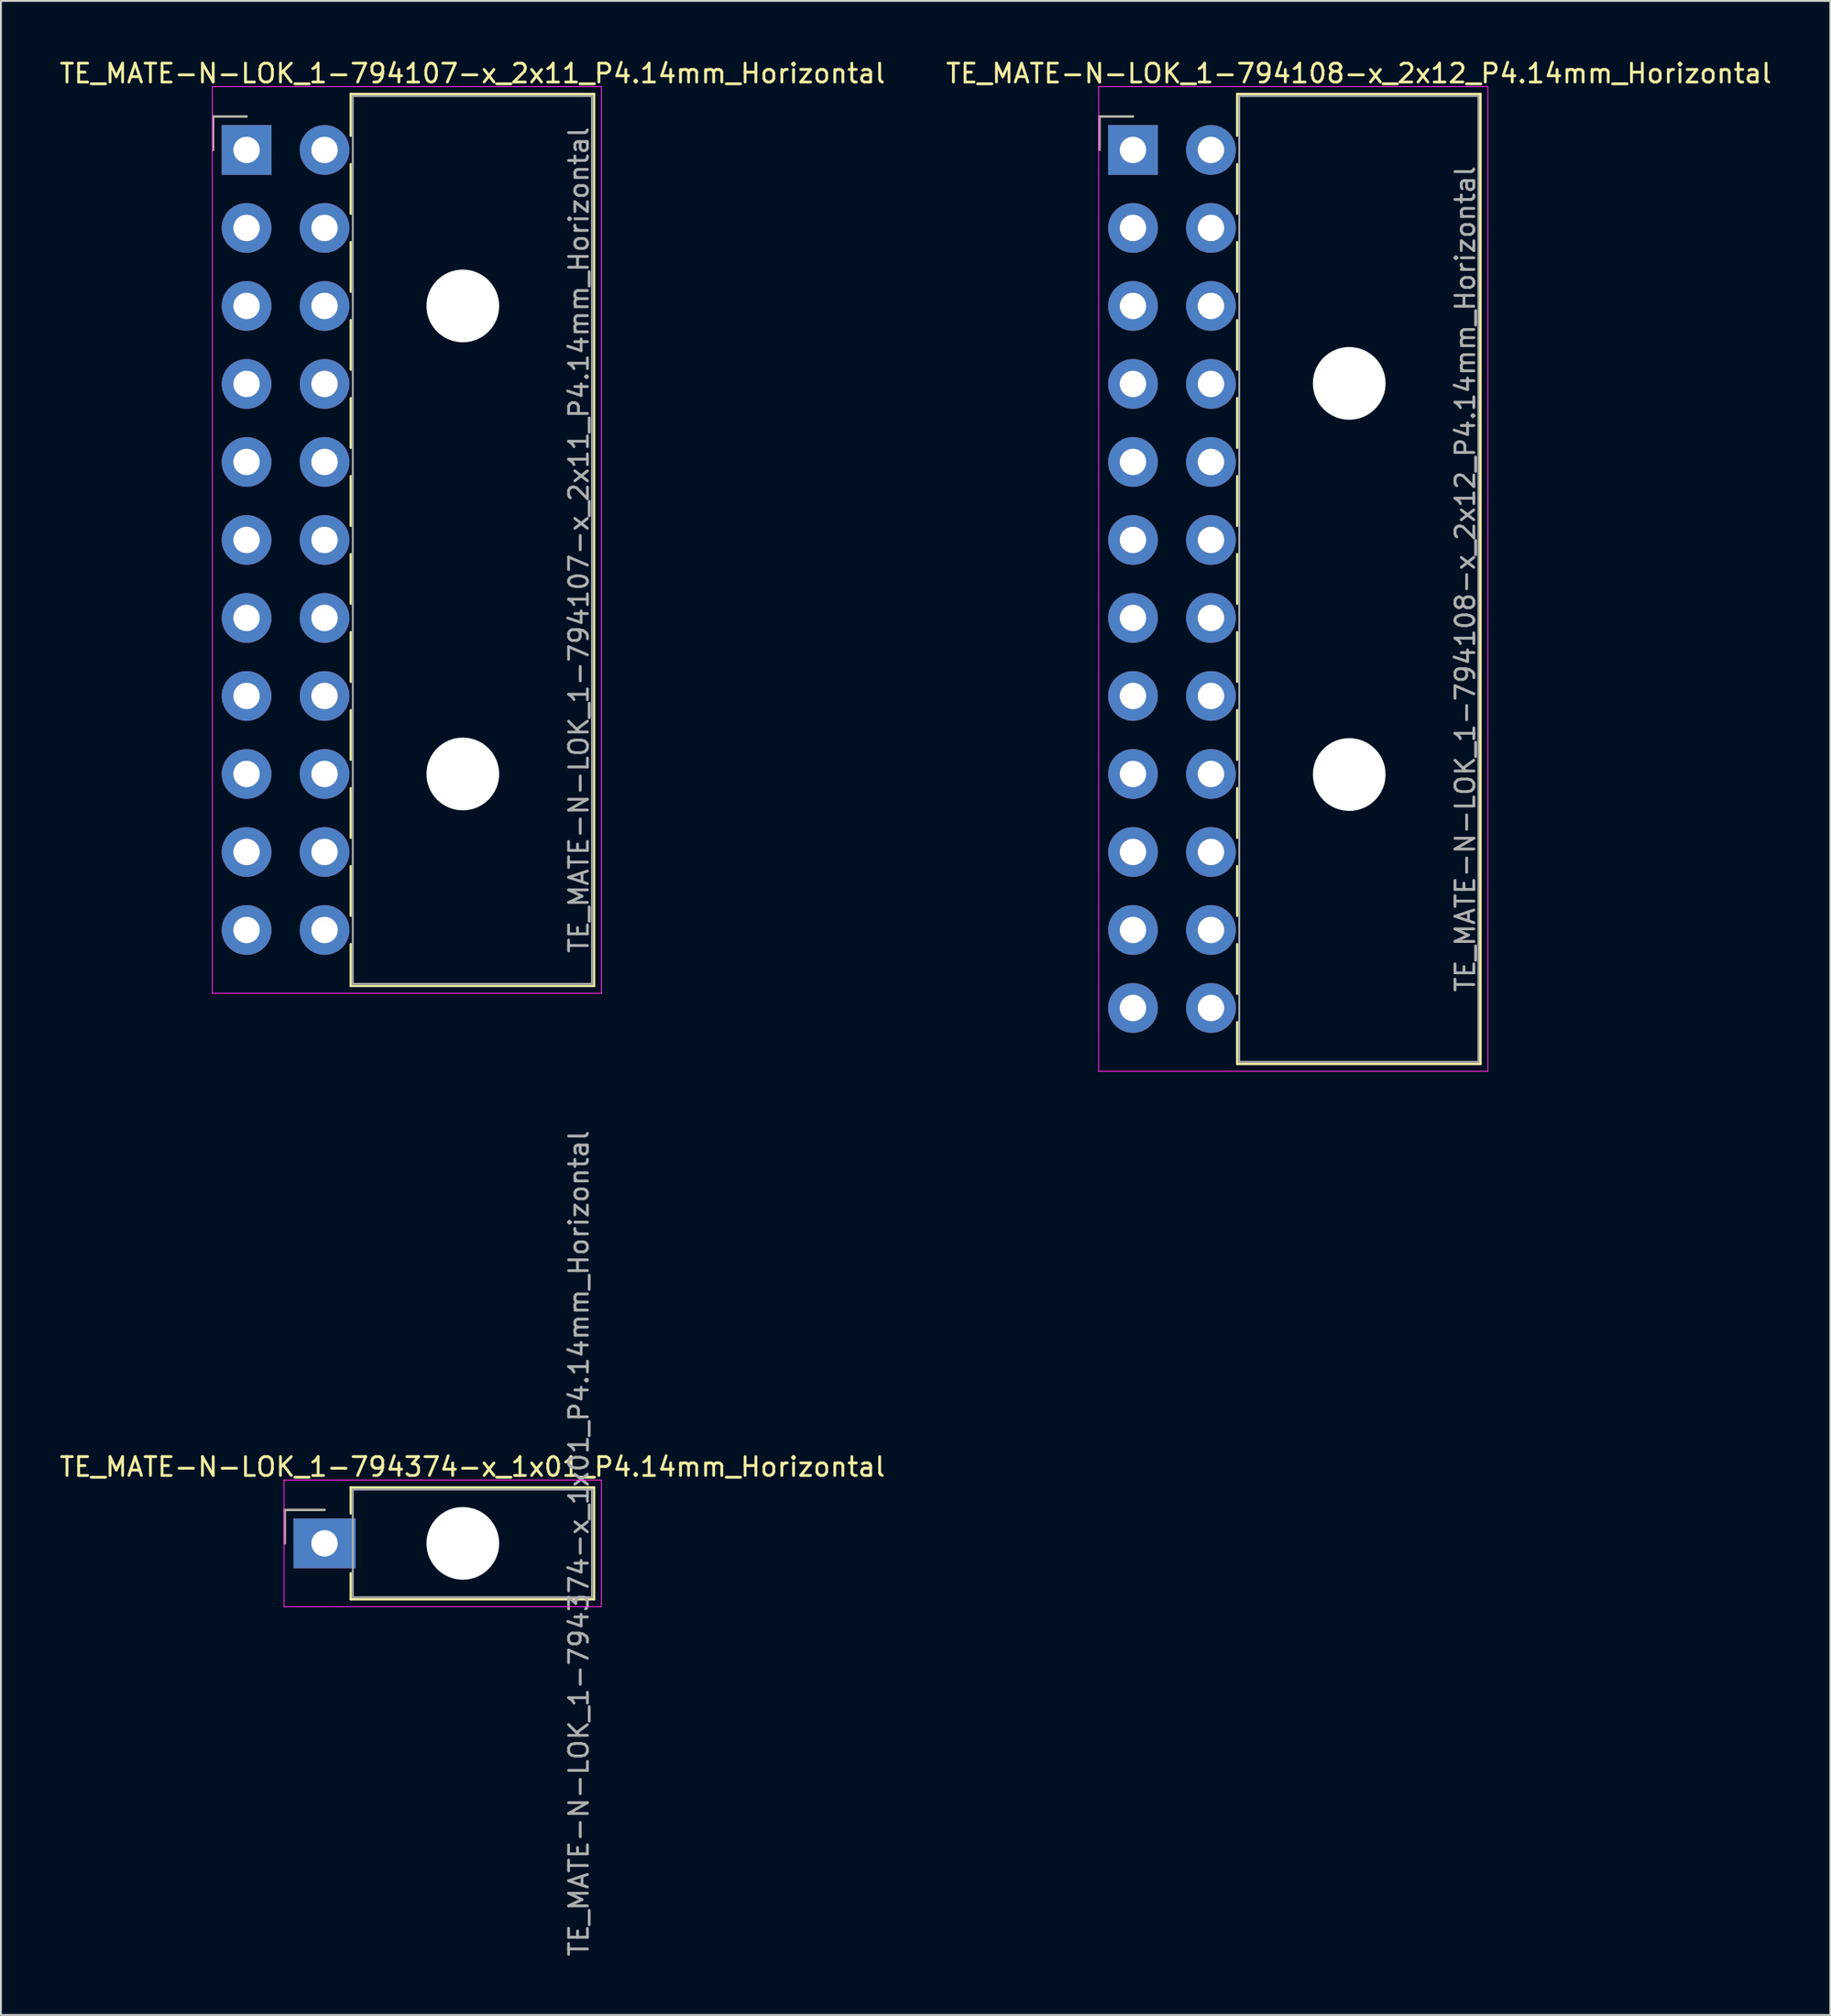
<source format=kicad_pcb>
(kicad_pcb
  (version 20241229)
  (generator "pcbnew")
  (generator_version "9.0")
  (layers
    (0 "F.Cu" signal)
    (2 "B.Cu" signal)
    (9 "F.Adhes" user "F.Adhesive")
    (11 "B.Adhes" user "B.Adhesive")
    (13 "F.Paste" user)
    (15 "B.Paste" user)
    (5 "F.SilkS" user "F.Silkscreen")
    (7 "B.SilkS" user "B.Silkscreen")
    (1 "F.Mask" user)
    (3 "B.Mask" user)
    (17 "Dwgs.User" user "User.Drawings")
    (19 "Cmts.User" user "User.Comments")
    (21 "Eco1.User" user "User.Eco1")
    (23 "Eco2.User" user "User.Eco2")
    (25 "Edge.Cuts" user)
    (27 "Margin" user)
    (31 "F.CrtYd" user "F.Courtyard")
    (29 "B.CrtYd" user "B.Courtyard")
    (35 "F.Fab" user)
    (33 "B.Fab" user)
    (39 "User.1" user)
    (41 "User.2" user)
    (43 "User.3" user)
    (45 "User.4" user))
  (footprint "TE_MATE-N-LOK_1-794108-x_2x12_P4.14mm_Horizontal"
    (layer "F.Cu")
    (at 57.099 4.908)
    (property "Reference" "TE_MATE-N-LOK_1-794108-x_2x12_P4.14mm_Horizontal" (at 11.99 -4.06 0) (layer "F.SilkS") (effects (font (size 1 1) (thickness 0.15))))
    (attr through_hole)
    (fp_line (start -1.78 -1.78) (end -1.78 0) (stroke (width 0.12) (type solid)) (layer "F.SilkS"))
    (fp_line (start 0 -1.78) (end -1.78 -1.78) (stroke (width 0.12) (type solid)) (layer "F.SilkS"))
    (fp_line (start 5.53 -2.97) (end 18.45 -2.97) (stroke (width 0.12) (type solid)) (layer "F.SilkS"))
    (fp_line (start 5.53 -0.751) (end 5.53 -2.97) (stroke (width 0.12) (type solid)) (layer "F.SilkS"))
    (fp_line (start 5.53 0.751) (end 5.53 3.389) (stroke (width 0.12) (type solid)) (layer "F.SilkS"))
    (fp_line (start 5.53 4.891) (end 5.53 7.529) (stroke (width 0.12) (type solid)) (layer "F.SilkS"))
    (fp_line (start 5.53 9.031) (end 5.53 11.669) (stroke (width 0.12) (type solid)) (layer "F.SilkS"))
    (fp_line (start 5.53 13.171) (end 5.53 15.809) (stroke (width 0.12) (type solid)) (layer "F.SilkS"))
    (fp_line (start 5.53 17.311) (end 5.53 19.949) (stroke (width 0.12) (type solid)) (layer "F.SilkS"))
    (fp_line (start 5.53 21.451) (end 5.53 24.089) (stroke (width 0.12) (type solid)) (layer "F.SilkS"))
    (fp_line (start 5.53 25.591) (end 5.53 28.229) (stroke (width 0.12) (type solid)) (layer "F.SilkS"))
    (fp_line (start 5.53 29.731) (end 5.53 32.369) (stroke (width 0.12) (type solid)) (layer "F.SilkS"))
    (fp_line (start 5.53 33.871) (end 5.53 36.509) (stroke (width 0.12) (type solid)) (layer "F.SilkS"))
    (fp_line (start 5.53 38.011) (end 5.53 40.649) (stroke (width 0.12) (type solid)) (layer "F.SilkS"))
    (fp_line (start 5.53 42.151) (end 5.53 44.789) (stroke (width 0.12) (type solid)) (layer "F.SilkS"))
    (fp_line (start 5.53 48.51) (end 5.53 46.291) (stroke (width 0.12) (type solid)) (layer "F.SilkS"))
    (fp_line (start 18.45 -2.97) (end 18.45 48.51) (stroke (width 0.12) (type solid)) (layer "F.SilkS"))
    (fp_line (start 18.45 48.51) (end 5.53 48.51) (stroke (width 0.12) (type solid)) (layer "F.SilkS"))
    (fp_line (start -1.82 -3.36) (end -1.82 48.9) (stroke (width 0.05) (type solid)) (layer "F.CrtYd"))
    (fp_line (start -1.82 48.9) (end 18.84 48.9) (stroke (width 0.05) (type solid)) (layer "F.CrtYd"))
    (fp_line (start 18.84 -3.36) (end -1.82 -3.36) (stroke (width 0.05) (type solid)) (layer "F.CrtYd"))
    (fp_line (start 18.84 48.9) (end 18.84 -3.36) (stroke (width 0.05) (type solid)) (layer "F.CrtYd"))
    (fp_line (start -1.78 -1.78) (end -1.78 0) (stroke (width 0.1) (type solid)) (layer "F.Fab"))
    (fp_line (start 0 -1.78) (end -1.78 -1.78) (stroke (width 0.1) (type solid)) (layer "F.Fab"))
    (fp_line (start 5.64 -2.86) (end 5.64 48.4) (stroke (width 0.1) (type solid)) (layer "F.Fab"))
    (fp_line (start 5.64 48.4) (end 18.34 48.4) (stroke (width 0.1) (type solid)) (layer "F.Fab"))
    (fp_line (start 18.34 -2.86) (end 5.64 -2.86) (stroke (width 0.1) (type solid)) (layer "F.Fab"))
    (fp_line (start 18.34 48.4) (end 18.34 -2.86) (stroke (width 0.1) (type solid)) (layer "F.Fab"))
    (fp_text user "${REFERENCE}" (at 17.64 22.77 90) (layer "F.Fab") (effects (font (size 1 1) (thickness 0.15))))
    (pad "" np_thru_hole circle (at 11.48 12.39) (size 3.86 3.86) (drill 3.86) (layers "*.Cu" "*.Mask"))
    (pad "" np_thru_hole circle (at 11.48 33.15) (size 3.86 3.86) (drill 3.86) (layers "*.Cu" "*.Mask"))
    (pad "1" thru_hole rect (at 0 0) (size 2.64 2.64) (drill 1.4) (layers "*.Cu" "*.Mask"))
    (pad "2" thru_hole circle (at 0 4.14) (size 2.64 2.64) (drill 1.4) (layers "*.Cu" "*.Mask"))
    (pad "3" thru_hole circle (at 0 8.28) (size 2.64 2.64) (drill 1.4) (layers "*.Cu" "*.Mask"))
    (pad "4" thru_hole circle (at 0 12.42) (size 2.64 2.64) (drill 1.4) (layers "*.Cu" "*.Mask"))
    (pad "5" thru_hole circle (at 0 16.56) (size 2.64 2.64) (drill 1.4) (layers "*.Cu" "*.Mask"))
    (pad "6" thru_hole circle (at 0 20.7) (size 2.64 2.64) (drill 1.4) (layers "*.Cu" "*.Mask"))
    (pad "7" thru_hole circle (at 0 24.84) (size 2.64 2.64) (drill 1.4) (layers "*.Cu" "*.Mask"))
    (pad "8" thru_hole circle (at 0 28.98) (size 2.64 2.64) (drill 1.4) (layers "*.Cu" "*.Mask"))
    (pad "9" thru_hole circle (at 0 33.12) (size 2.64 2.64) (drill 1.4) (layers "*.Cu" "*.Mask"))
    (pad "10" thru_hole circle (at 0 37.26) (size 2.64 2.64) (drill 1.4) (layers "*.Cu" "*.Mask"))
    (pad "11" thru_hole circle (at 0 41.4) (size 2.64 2.64) (drill 1.4) (layers "*.Cu" "*.Mask"))
    (pad "12" thru_hole circle (at 0 45.54) (size 2.64 2.64) (drill 1.4) (layers "*.Cu" "*.Mask"))
    (pad "13" thru_hole circle (at 4.14 0) (size 2.64 2.64) (drill 1.4) (layers "*.Cu" "*.Mask"))
    (pad "14" thru_hole circle (at 4.14 4.14) (size 2.64 2.64) (drill 1.4) (layers "*.Cu" "*.Mask"))
    (pad "15" thru_hole circle (at 4.14 8.28) (size 2.64 2.64) (drill 1.4) (layers "*.Cu" "*.Mask"))
    (pad "16" thru_hole circle (at 4.14 12.42) (size 2.64 2.64) (drill 1.4) (layers "*.Cu" "*.Mask"))
    (pad "17" thru_hole circle (at 4.14 16.56) (size 2.64 2.64) (drill 1.4) (layers "*.Cu" "*.Mask"))
    (pad "18" thru_hole circle (at 4.14 20.7) (size 2.64 2.64) (drill 1.4) (layers "*.Cu" "*.Mask"))
    (pad "19" thru_hole circle (at 4.14 24.84) (size 2.64 2.64) (drill 1.4) (layers "*.Cu" "*.Mask"))
    (pad "20" thru_hole circle (at 4.14 28.98) (size 2.64 2.64) (drill 1.4) (layers "*.Cu" "*.Mask"))
    (pad "21" thru_hole circle (at 4.14 33.12) (size 2.64 2.64) (drill 1.4) (layers "*.Cu" "*.Mask"))
    (pad "22" thru_hole circle (at 4.14 37.26) (size 2.64 2.64) (drill 1.4) (layers "*.Cu" "*.Mask"))
    (pad "23" thru_hole circle (at 4.14 41.4) (size 2.64 2.64) (drill 1.4) (layers "*.Cu" "*.Mask"))
    (pad "24" thru_hole circle (at 4.14 45.54) (size 2.64 2.64) (drill 1.4) (layers "*.Cu" "*.Mask")))
  (footprint "TE_MATE-N-LOK_1-794107-x_2x11_P4.14mm_Horizontal"
    (layer "F.Cu")
    (at 10.04 4.908)
    (property "Reference" "TE_MATE-N-LOK_1-794107-x_2x11_P4.14mm_Horizontal" (at 11.99 -4.06 0) (layer "F.SilkS") (effects (font (size 1 1) (thickness 0.15))))
    (attr through_hole)
    (fp_line (start -1.78 -1.78) (end -1.78 0) (stroke (width 0.12) (type solid)) (layer "F.SilkS"))
    (fp_line (start 0 -1.78) (end -1.78 -1.78) (stroke (width 0.12) (type solid)) (layer "F.SilkS"))
    (fp_line (start 5.53 -2.97) (end 18.45 -2.97) (stroke (width 0.12) (type solid)) (layer "F.SilkS"))
    (fp_line (start 5.53 -0.751) (end 5.53 -2.97) (stroke (width 0.12) (type solid)) (layer "F.SilkS"))
    (fp_line (start 5.53 0.751) (end 5.53 3.389) (stroke (width 0.12) (type solid)) (layer "F.SilkS"))
    (fp_line (start 5.53 4.891) (end 5.53 7.529) (stroke (width 0.12) (type solid)) (layer "F.SilkS"))
    (fp_line (start 5.53 9.031) (end 5.53 11.669) (stroke (width 0.12) (type solid)) (layer "F.SilkS"))
    (fp_line (start 5.53 13.171) (end 5.53 15.809) (stroke (width 0.12) (type solid)) (layer "F.SilkS"))
    (fp_line (start 5.53 17.311) (end 5.53 19.949) (stroke (width 0.12) (type solid)) (layer "F.SilkS"))
    (fp_line (start 5.53 21.451) (end 5.53 24.089) (stroke (width 0.12) (type solid)) (layer "F.SilkS"))
    (fp_line (start 5.53 25.591) (end 5.53 28.229) (stroke (width 0.12) (type solid)) (layer "F.SilkS"))
    (fp_line (start 5.53 29.731) (end 5.53 32.369) (stroke (width 0.12) (type solid)) (layer "F.SilkS"))
    (fp_line (start 5.53 33.871) (end 5.53 36.509) (stroke (width 0.12) (type solid)) (layer "F.SilkS"))
    (fp_line (start 5.53 38.011) (end 5.53 40.649) (stroke (width 0.12) (type solid)) (layer "F.SilkS"))
    (fp_line (start 5.53 44.37) (end 5.53 42.151) (stroke (width 0.12) (type solid)) (layer "F.SilkS"))
    (fp_line (start 18.45 -2.97) (end 18.45 44.37) (stroke (width 0.12) (type solid)) (layer "F.SilkS"))
    (fp_line (start 18.45 44.37) (end 5.53 44.37) (stroke (width 0.12) (type solid)) (layer "F.SilkS"))
    (fp_line (start -1.82 -3.36) (end -1.82 44.76) (stroke (width 0.05) (type solid)) (layer "F.CrtYd"))
    (fp_line (start -1.82 44.76) (end 18.84 44.76) (stroke (width 0.05) (type solid)) (layer "F.CrtYd"))
    (fp_line (start 18.84 -3.36) (end -1.82 -3.36) (stroke (width 0.05) (type solid)) (layer "F.CrtYd"))
    (fp_line (start 18.84 44.76) (end 18.84 -3.36) (stroke (width 0.05) (type solid)) (layer "F.CrtYd"))
    (fp_line (start -1.78 -1.78) (end -1.78 0) (stroke (width 0.1) (type solid)) (layer "F.Fab"))
    (fp_line (start 0 -1.78) (end -1.78 -1.78) (stroke (width 0.1) (type solid)) (layer "F.Fab"))
    (fp_line (start 5.64 -2.86) (end 5.64 44.26) (stroke (width 0.1) (type solid)) (layer "F.Fab"))
    (fp_line (start 5.64 44.26) (end 18.34 44.26) (stroke (width 0.1) (type solid)) (layer "F.Fab"))
    (fp_line (start 18.34 -2.86) (end 5.64 -2.86) (stroke (width 0.1) (type solid)) (layer "F.Fab"))
    (fp_line (start 18.34 44.26) (end 18.34 -2.86) (stroke (width 0.1) (type solid)) (layer "F.Fab"))
    (fp_text user "${REFERENCE}" (at 17.64 20.7 90) (layer "F.Fab") (effects (font (size 1 1) (thickness 0.15))))
    (pad "" np_thru_hole circle (at 11.48 8.28) (size 3.86 3.86) (drill 3.86) (layers "*.Cu" "*.Mask"))
    (pad "" np_thru_hole circle (at 11.48 33.12) (size 3.86 3.86) (drill 3.86) (layers "*.Cu" "*.Mask"))
    (pad "1" thru_hole rect (at 0 0) (size 2.64 2.64) (drill 1.4) (layers "*.Cu" "*.Mask"))
    (pad "2" thru_hole circle (at 0 4.14) (size 2.64 2.64) (drill 1.4) (layers "*.Cu" "*.Mask"))
    (pad "3" thru_hole circle (at 0 8.28) (size 2.64 2.64) (drill 1.4) (layers "*.Cu" "*.Mask"))
    (pad "4" thru_hole circle (at 0 12.42) (size 2.64 2.64) (drill 1.4) (layers "*.Cu" "*.Mask"))
    (pad "5" thru_hole circle (at 0 16.56) (size 2.64 2.64) (drill 1.4) (layers "*.Cu" "*.Mask"))
    (pad "6" thru_hole circle (at 0 20.7) (size 2.64 2.64) (drill 1.4) (layers "*.Cu" "*.Mask"))
    (pad "7" thru_hole circle (at 0 24.84) (size 2.64 2.64) (drill 1.4) (layers "*.Cu" "*.Mask"))
    (pad "8" thru_hole circle (at 0 28.98) (size 2.64 2.64) (drill 1.4) (layers "*.Cu" "*.Mask"))
    (pad "9" thru_hole circle (at 0 33.12) (size 2.64 2.64) (drill 1.4) (layers "*.Cu" "*.Mask"))
    (pad "10" thru_hole circle (at 0 37.26) (size 2.64 2.64) (drill 1.4) (layers "*.Cu" "*.Mask"))
    (pad "11" thru_hole circle (at 0 41.4) (size 2.64 2.64) (drill 1.4) (layers "*.Cu" "*.Mask"))
    (pad "12" thru_hole circle (at 4.14 0) (size 2.64 2.64) (drill 1.4) (layers "*.Cu" "*.Mask"))
    (pad "13" thru_hole circle (at 4.14 4.14) (size 2.64 2.64) (drill 1.4) (layers "*.Cu" "*.Mask"))
    (pad "14" thru_hole circle (at 4.14 8.28) (size 2.64 2.64) (drill 1.4) (layers "*.Cu" "*.Mask"))
    (pad "15" thru_hole circle (at 4.14 12.42) (size 2.64 2.64) (drill 1.4) (layers "*.Cu" "*.Mask"))
    (pad "16" thru_hole circle (at 4.14 16.56) (size 2.64 2.64) (drill 1.4) (layers "*.Cu" "*.Mask"))
    (pad "17" thru_hole circle (at 4.14 20.7) (size 2.64 2.64) (drill 1.4) (layers "*.Cu" "*.Mask"))
    (pad "18" thru_hole circle (at 4.14 24.84) (size 2.64 2.64) (drill 1.4) (layers "*.Cu" "*.Mask"))
    (pad "19" thru_hole circle (at 4.14 28.98) (size 2.64 2.64) (drill 1.4) (layers "*.Cu" "*.Mask"))
    (pad "20" thru_hole circle (at 4.14 33.12) (size 2.64 2.64) (drill 1.4) (layers "*.Cu" "*.Mask"))
    (pad "21" thru_hole circle (at 4.14 37.26) (size 2.64 2.64) (drill 1.4) (layers "*.Cu" "*.Mask"))
    (pad "22" thru_hole circle (at 4.14 41.4) (size 2.64 2.64) (drill 1.4) (layers "*.Cu" "*.Mask")))
  (footprint "TE_MATE-N-LOK_1-794374-x_1x01_P4.14mm_Horizontal"
    (layer "F.Cu")
    (at 14.18 78.863)
    (property "Reference" "TE_MATE-N-LOK_1-794374-x_1x01_P4.14mm_Horizontal" (at 7.85 -4.06 0) (layer "F.SilkS") (effects (font (size 1 1) (thickness 0.15))))
    (attr through_hole)
    (fp_line (start -2.11 -1.78) (end -2.11 0) (stroke (width 0.12) (type solid)) (layer "F.SilkS"))
    (fp_line (start 0 -1.78) (end -2.11 -1.78) (stroke (width 0.12) (type solid)) (layer "F.SilkS"))
    (fp_line (start 1.39 -2.97) (end 14.31 -2.97) (stroke (width 0.12) (type solid)) (layer "F.SilkS"))
    (fp_line (start 1.39 -1.58) (end 1.39 -2.97) (stroke (width 0.12) (type solid)) (layer "F.SilkS"))
    (fp_line (start 1.39 2.97) (end 1.39 1.58) (stroke (width 0.12) (type solid)) (layer "F.SilkS"))
    (fp_line (start 14.31 -2.97) (end 14.31 2.97) (stroke (width 0.12) (type solid)) (layer "F.SilkS"))
    (fp_line (start 14.31 2.97) (end 1.39 2.97) (stroke (width 0.12) (type solid)) (layer "F.SilkS"))
    (fp_line (start -2.15 -3.36) (end -2.15 3.36) (stroke (width 0.05) (type solid)) (layer "F.CrtYd"))
    (fp_line (start -2.15 3.36) (end 14.7 3.36) (stroke (width 0.05) (type solid)) (layer "F.CrtYd"))
    (fp_line (start 14.7 -3.36) (end -2.15 -3.36) (stroke (width 0.05) (type solid)) (layer "F.CrtYd"))
    (fp_line (start 14.7 3.36) (end 14.7 -3.36) (stroke (width 0.05) (type solid)) (layer "F.CrtYd"))
    (fp_line (start -2.11 -1.78) (end -2.11 0) (stroke (width 0.1) (type solid)) (layer "F.Fab"))
    (fp_line (start 0 -1.78) (end -2.11 -1.78) (stroke (width 0.1) (type solid)) (layer "F.Fab"))
    (fp_line (start 1.5 -2.86) (end 1.5 2.86) (stroke (width 0.1) (type solid)) (layer "F.Fab"))
    (fp_line (start 1.5 2.86) (end 14.2 2.86) (stroke (width 0.1) (type solid)) (layer "F.Fab"))
    (fp_line (start 14.2 -2.86) (end 1.5 -2.86) (stroke (width 0.1) (type solid)) (layer "F.Fab"))
    (fp_line (start 14.2 2.86) (end 14.2 -2.86) (stroke (width 0.1) (type solid)) (layer "F.Fab"))
    (fp_text user "${REFERENCE}" (at 13.5 0 90) (layer "F.Fab") (effects (font (size 1 1) (thickness 0.15))))
    (pad "" np_thru_hole circle (at 7.34 0) (size 3.86 3.86) (drill 3.86) (layers "*.Cu" "*.Mask"))
    (pad "1" thru_hole rect (at 0 0) (size 3.3 2.64) (drill 1.4) (layers "*.Cu" "*.Mask")))
  (gr_rect
    (start -3 -3)
    (end 94.119 103.893)
    (stroke (width 0.1) (type default))
    (fill no)
    (layer "Edge.Cuts")))
</source>
